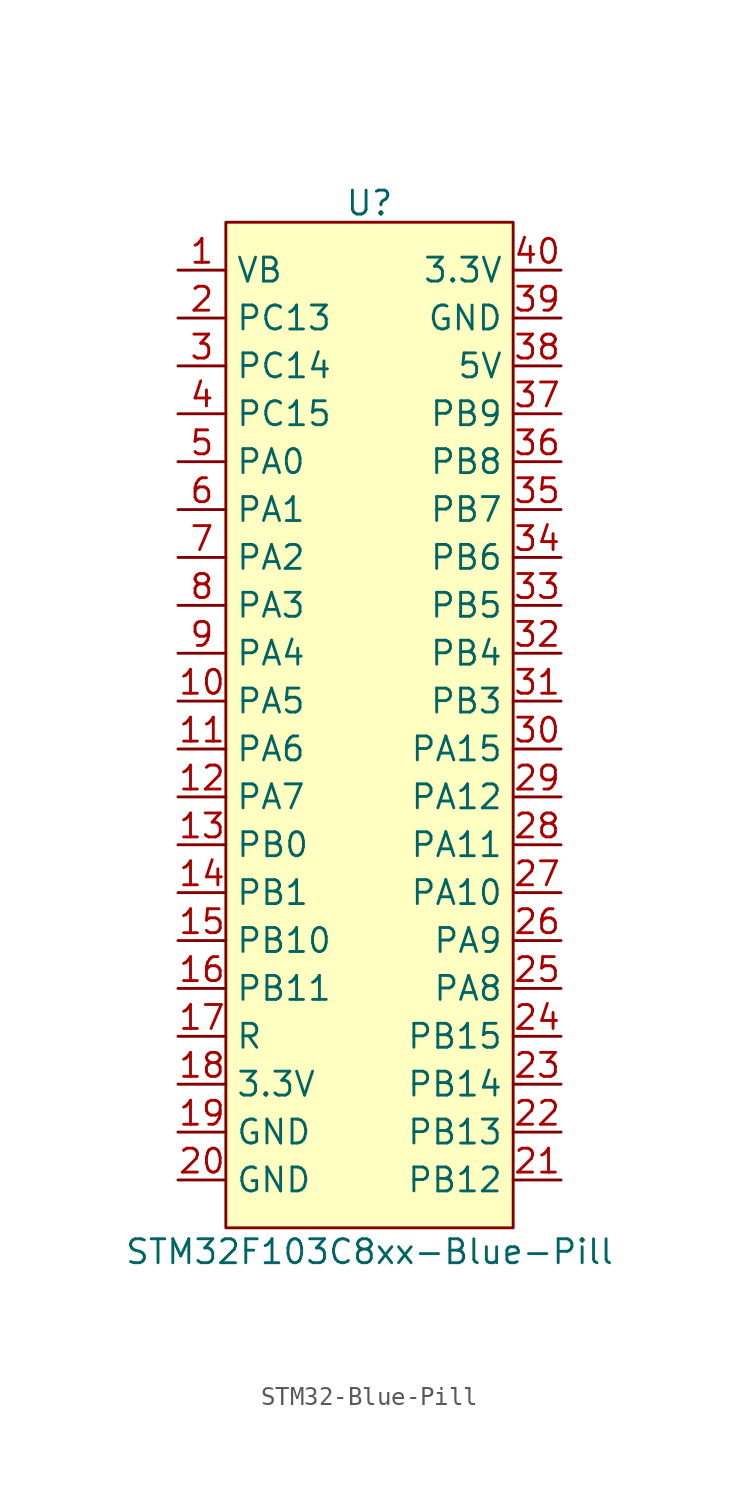
<source format=kicad_sym>
(kicad_symbol_lib
  (version 20231120)
  (generator "kicad_symbol_editor")
  (generator_version "8.0")
  (symbol "STM32-Blue-Pill"
    (property "Reference" "U"
      (at 0 25.146 0)
      (effects (font (size 1.27 1.27))))
    (property "Value" "STM32F103C8xx-Blue-Pill"
      (at 0 -30.48 0)
      (effects (font (size 1.27 1.27))))
    (symbol "STM32-Blue-Pill_1_1"
      (rectangle (start -7.62 24.13) (end 7.62 -29.21) (stroke (width 0) (type default)) (fill (type background)))
      (pin power_in line (at -10.16 21.59 0) (length 2.54) (name "VB" (effects (font (size 1.27 1.27)))) (number "1" (effects (font (size 1.27 1.27)))))
      (pin passive line (at -10.16 -1.27 0) (length 2.54) (name "PA5" (effects (font (size 1.27 1.27)))) (number "10" (effects (font (size 1.27 1.27)))))
      (pin passive line (at -10.16 -3.81 0) (length 2.54) (name "PA6" (effects (font (size 1.27 1.27)))) (number "11" (effects (font (size 1.27 1.27)))))
      (pin passive line (at -10.16 -6.35 0) (length 2.54) (name "PA7" (effects (font (size 1.27 1.27)))) (number "12" (effects (font (size 1.27 1.27)))))
      (pin passive line (at -10.16 -8.89 0) (length 2.54) (name "PB0" (effects (font (size 1.27 1.27)))) (number "13" (effects (font (size 1.27 1.27)))))
      (pin passive line (at -10.16 -11.43 0) (length 2.54) (name "PB1" (effects (font (size 1.27 1.27)))) (number "14" (effects (font (size 1.27 1.27)))))
      (pin passive line (at -10.16 -13.97 0) (length 2.54) (name "PB10" (effects (font (size 1.27 1.27)))) (number "15" (effects (font (size 1.27 1.27)))))
      (pin passive line (at -10.16 -16.51 0) (length 2.54) (name "PB11" (effects (font (size 1.27 1.27)))) (number "16" (effects (font (size 1.27 1.27)))))
      (pin passive line (at -10.16 -19.05 0) (length 2.54) (name "R" (effects (font (size 1.27 1.27)))) (number "17" (effects (font (size 1.27 1.27)))))
      (pin power_out line (at -10.16 -21.59 0) (length 2.54) (name "3.3V" (effects (font (size 1.27 1.27)))) (number "18" (effects (font (size 1.27 1.27)))))
      (pin power_in line (at -10.16 -24.13 0) (length 2.54) (name "GND" (effects (font (size 1.27 1.27)))) (number "19" (effects (font (size 1.27 1.27)))))
      (pin passive line (at -10.16 19.05 0) (length 2.54) (name "PC13" (effects (font (size 1.27 1.27)))) (number "2" (effects (font (size 1.27 1.27)))))
      (pin power_in line (at -10.16 -26.67 0) (length 2.54) (name "GND" (effects (font (size 1.27 1.27)))) (number "20" (effects (font (size 1.27 1.27)))))
      (pin passive line (at 10.16 -26.67 180) (length 2.54) (name "PB12" (effects (font (size 1.27 1.27)))) (number "21" (effects (font (size 1.27 1.27)))))
      (pin passive line (at 10.16 -24.13 180) (length 2.54) (name "PB13" (effects (font (size 1.27 1.27)))) (number "22" (effects (font (size 1.27 1.27)))))
      (pin passive line (at 10.16 -21.59 180) (length 2.54) (name "PB14" (effects (font (size 1.27 1.27)))) (number "23" (effects (font (size 1.27 1.27)))))
      (pin passive line (at 10.16 -19.05 180) (length 2.54) (name "PB15" (effects (font (size 1.27 1.27)))) (number "24" (effects (font (size 1.27 1.27)))))
      (pin passive line (at 10.16 -16.51 180) (length 2.54) (name "PA8" (effects (font (size 1.27 1.27)))) (number "25" (effects (font (size 1.27 1.27)))))
      (pin passive line (at 10.16 -13.97 180) (length 2.54) (name "PA9" (effects (font (size 1.27 1.27)))) (number "26" (effects (font (size 1.27 1.27)))))
      (pin passive line (at 10.16 -11.43 180) (length 2.54) (name "PA10" (effects (font (size 1.27 1.27)))) (number "27" (effects (font (size 1.27 1.27)))))
      (pin passive line (at 10.16 -8.89 180) (length 2.54) (name "PA11" (effects (font (size 1.27 1.27)))) (number "28" (effects (font (size 1.27 1.27)))))
      (pin passive line (at 10.16 -6.35 180) (length 2.54) (name "PA12" (effects (font (size 1.27 1.27)))) (number "29" (effects (font (size 1.27 1.27)))))
      (pin passive line (at -10.16 16.51 0) (length 2.54) (name "PC14" (effects (font (size 1.27 1.27)))) (number "3" (effects (font (size 1.27 1.27)))))
      (pin passive line (at 10.16 -3.81 180) (length 2.54) (name "PA15" (effects (font (size 1.27 1.27)))) (number "30" (effects (font (size 1.27 1.27)))))
      (pin passive line (at 10.16 -1.27 180) (length 2.54) (name "PB3" (effects (font (size 1.27 1.27)))) (number "31" (effects (font (size 1.27 1.27)))))
      (pin passive line (at 10.16 1.27 180) (length 2.54) (name "PB4" (effects (font (size 1.27 1.27)))) (number "32" (effects (font (size 1.27 1.27)))))
      (pin passive line (at 10.16 3.81 180) (length 2.54) (name "PB5" (effects (font (size 1.27 1.27)))) (number "33" (effects (font (size 1.27 1.27)))))
      (pin passive line (at 10.16 6.35 180) (length 2.54) (name "PB6" (effects (font (size 1.27 1.27)))) (number "34" (effects (font (size 1.27 1.27)))))
      (pin passive line (at 10.16 8.89 180) (length 2.54) (name "PB7" (effects (font (size 1.27 1.27)))) (number "35" (effects (font (size 1.27 1.27)))))
      (pin passive line (at 10.16 11.43 180) (length 2.54) (name "PB8" (effects (font (size 1.27 1.27)))) (number "36" (effects (font (size 1.27 1.27)))))
      (pin passive line (at 10.16 13.97 180) (length 2.54) (name "PB9" (effects (font (size 1.27 1.27)))) (number "37" (effects (font (size 1.27 1.27)))))
      (pin power_in line (at 10.16 16.51 180) (length 2.54) (name "5V" (effects (font (size 1.27 1.27)))) (number "38" (effects (font (size 1.27 1.27)))))
      (pin power_in line (at 10.16 19.05 180) (length 2.54) (name "GND" (effects (font (size 1.27 1.27)))) (number "39" (effects (font (size 1.27 1.27)))))
      (pin passive line (at -10.16 13.97 0) (length 2.54) (name "PC15" (effects (font (size 1.27 1.27)))) (number "4" (effects (font (size 1.27 1.27)))))
      (pin power_out line (at 10.16 21.59 180) (length 2.54) (name "3.3V" (effects (font (size 1.27 1.27)))) (number "40" (effects (font (size 1.27 1.27)))))
      (pin passive line (at -10.16 11.43 0) (length 2.54) (name "PA0" (effects (font (size 1.27 1.27)))) (number "5" (effects (font (size 1.27 1.27)))))
      (pin passive line (at -10.16 8.89 0) (length 2.54) (name "PA1" (effects (font (size 1.27 1.27)))) (number "6" (effects (font (size 1.27 1.27)))))
      (pin passive line (at -10.16 6.35 0) (length 2.54) (name "PA2" (effects (font (size 1.27 1.27)))) (number "7" (effects (font (size 1.27 1.27)))))
      (pin passive line (at -10.16 3.81 0) (length 2.54) (name "PA3" (effects (font (size 1.27 1.27)))) (number "8" (effects (font (size 1.27 1.27)))))
      (pin passive line (at -10.16 1.27 0) (length 2.54) (name "PA4" (effects (font (size 1.27 1.27)))) (number "9" (effects (font (size 1.27 1.27))))))))
</source>
